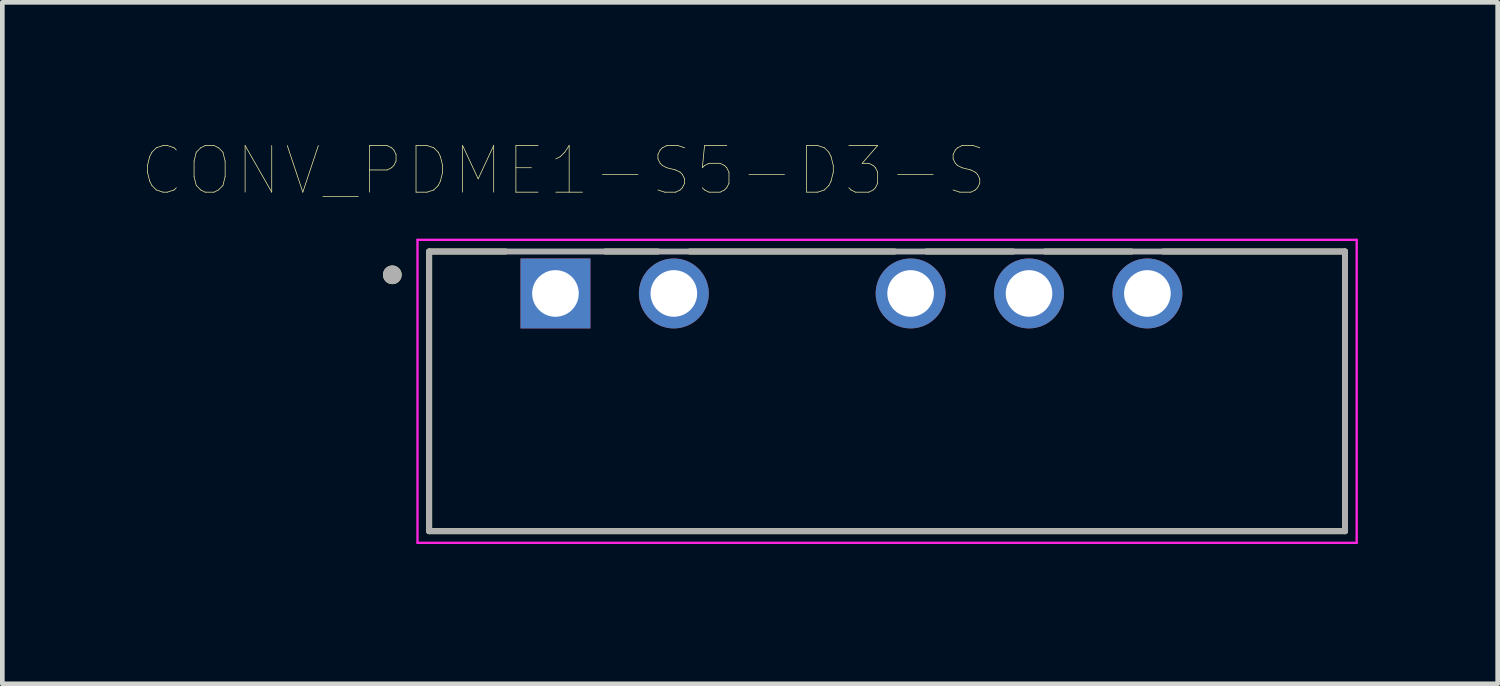
<source format=kicad_pcb>
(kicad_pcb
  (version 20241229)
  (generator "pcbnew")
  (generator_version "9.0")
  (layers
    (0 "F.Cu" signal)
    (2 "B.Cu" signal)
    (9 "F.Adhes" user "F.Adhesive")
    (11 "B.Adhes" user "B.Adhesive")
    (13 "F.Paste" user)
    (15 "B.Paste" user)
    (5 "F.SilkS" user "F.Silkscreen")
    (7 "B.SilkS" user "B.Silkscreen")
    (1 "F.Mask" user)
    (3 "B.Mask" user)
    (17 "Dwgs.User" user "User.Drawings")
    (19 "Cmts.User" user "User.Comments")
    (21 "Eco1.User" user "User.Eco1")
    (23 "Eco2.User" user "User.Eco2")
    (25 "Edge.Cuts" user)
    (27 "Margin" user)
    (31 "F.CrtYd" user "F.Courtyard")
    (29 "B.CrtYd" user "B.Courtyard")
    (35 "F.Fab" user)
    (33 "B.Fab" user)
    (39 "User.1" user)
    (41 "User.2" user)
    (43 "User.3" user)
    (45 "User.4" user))
  (footprint "CONV_PDME1-S5-D3-S"
    (layer "F.Cu")
    (at 8.867 3.246)
    (property "Reference" "CONV_PDME1-S5-D3-S" (at 0.175 -2.635 0) (layer "F.SilkS") (effects (font (size 1 1) (thickness 0.015))))
    (attr through_hole)
    (fp_line (start -2.71 -0.9) (end -2.71 5.1) (stroke (width 0.127) (type solid)) (layer "F.SilkS"))
    (fp_line (start -2.71 -0.9) (end -1.07 -0.9) (stroke (width 0.127) (type solid)) (layer "F.SilkS"))
    (fp_line (start 1.07 -0.9) (end 2.2 -0.9) (stroke (width 0.127) (type solid)) (layer "F.SilkS"))
    (fp_line (start 2.88 -0.9) (end 7.28 -0.9) (stroke (width 0.127) (type solid)) (layer "F.SilkS"))
    (fp_line (start 7.96 -0.9) (end 9.82 -0.9) (stroke (width 0.127) (type solid)) (layer "F.SilkS"))
    (fp_line (start 10.5 -0.9) (end 12.36 -0.9) (stroke (width 0.127) (type solid)) (layer "F.SilkS"))
    (fp_line (start 13.04 -0.9) (end 16.94 -0.9) (stroke (width 0.127) (type solid)) (layer "F.SilkS"))
    (fp_line (start 16.94 5.1) (end -2.71 5.1) (stroke (width 0.127) (type solid)) (layer "F.SilkS"))
    (fp_line (start 16.94 5.1) (end 16.94 -0.9) (stroke (width 0.127) (type solid)) (layer "F.SilkS"))
    (fp_circle (center -3.5 -0.4) (end -3.4 -0.4) (stroke (width 0.2) (type solid)) (fill no) (layer "F.SilkS"))
    (fp_line (start -2.96 -1.15) (end -2.96 5.35) (stroke (width 0.05) (type solid)) (layer "F.CrtYd"))
    (fp_line (start -2.96 -1.15) (end 17.19 -1.15) (stroke (width 0.05) (type solid)) (layer "F.CrtYd"))
    (fp_line (start 17.19 5.35) (end -2.96 5.35) (stroke (width 0.05) (type solid)) (layer "F.CrtYd"))
    (fp_line (start 17.19 5.35) (end 17.19 -1.15) (stroke (width 0.05) (type solid)) (layer "F.CrtYd"))
    (fp_line (start -2.71 -0.9) (end -2.71 5.1) (stroke (width 0.127) (type solid)) (layer "F.Fab"))
    (fp_line (start -2.71 -0.9) (end 16.94 -0.9) (stroke (width 0.127) (type solid)) (layer "F.Fab"))
    (fp_line (start 16.94 5.1) (end -2.71 5.1) (stroke (width 0.127) (type solid)) (layer "F.Fab"))
    (fp_line (start 16.94 5.1) (end 16.94 -0.9) (stroke (width 0.127) (type solid)) (layer "F.Fab"))
    (fp_circle (center -3.5 -0.4) (end -3.4 -0.4) (stroke (width 0.2) (type solid)) (fill no) (layer "F.Fab"))
    (pad "1" thru_hole rect (at 0 0) (size 1.5 1.5) (drill 1) (layers "*.Cu" "*.Mask"))
    (pad "2" thru_hole circle (at 2.54 0) (size 1.5 1.5) (drill 1) (layers "*.Cu" "*.Mask"))
    (pad "4" thru_hole circle (at 7.62 0) (size 1.5 1.5) (drill 1) (layers "*.Cu" "*.Mask"))
    (pad "5" thru_hole circle (at 10.16 0) (size 1.5 1.5) (drill 1) (layers "*.Cu" "*.Mask"))
    (pad "6" thru_hole circle (at 12.7 0) (size 1.5 1.5) (drill 1) (layers "*.Cu" "*.Mask")))
  (gr_rect
    (start -3 -3)
    (end 29.082 11.621)
    (stroke (width 0.1) (type default))
    (fill no)
    (layer "Edge.Cuts")))
</source>
